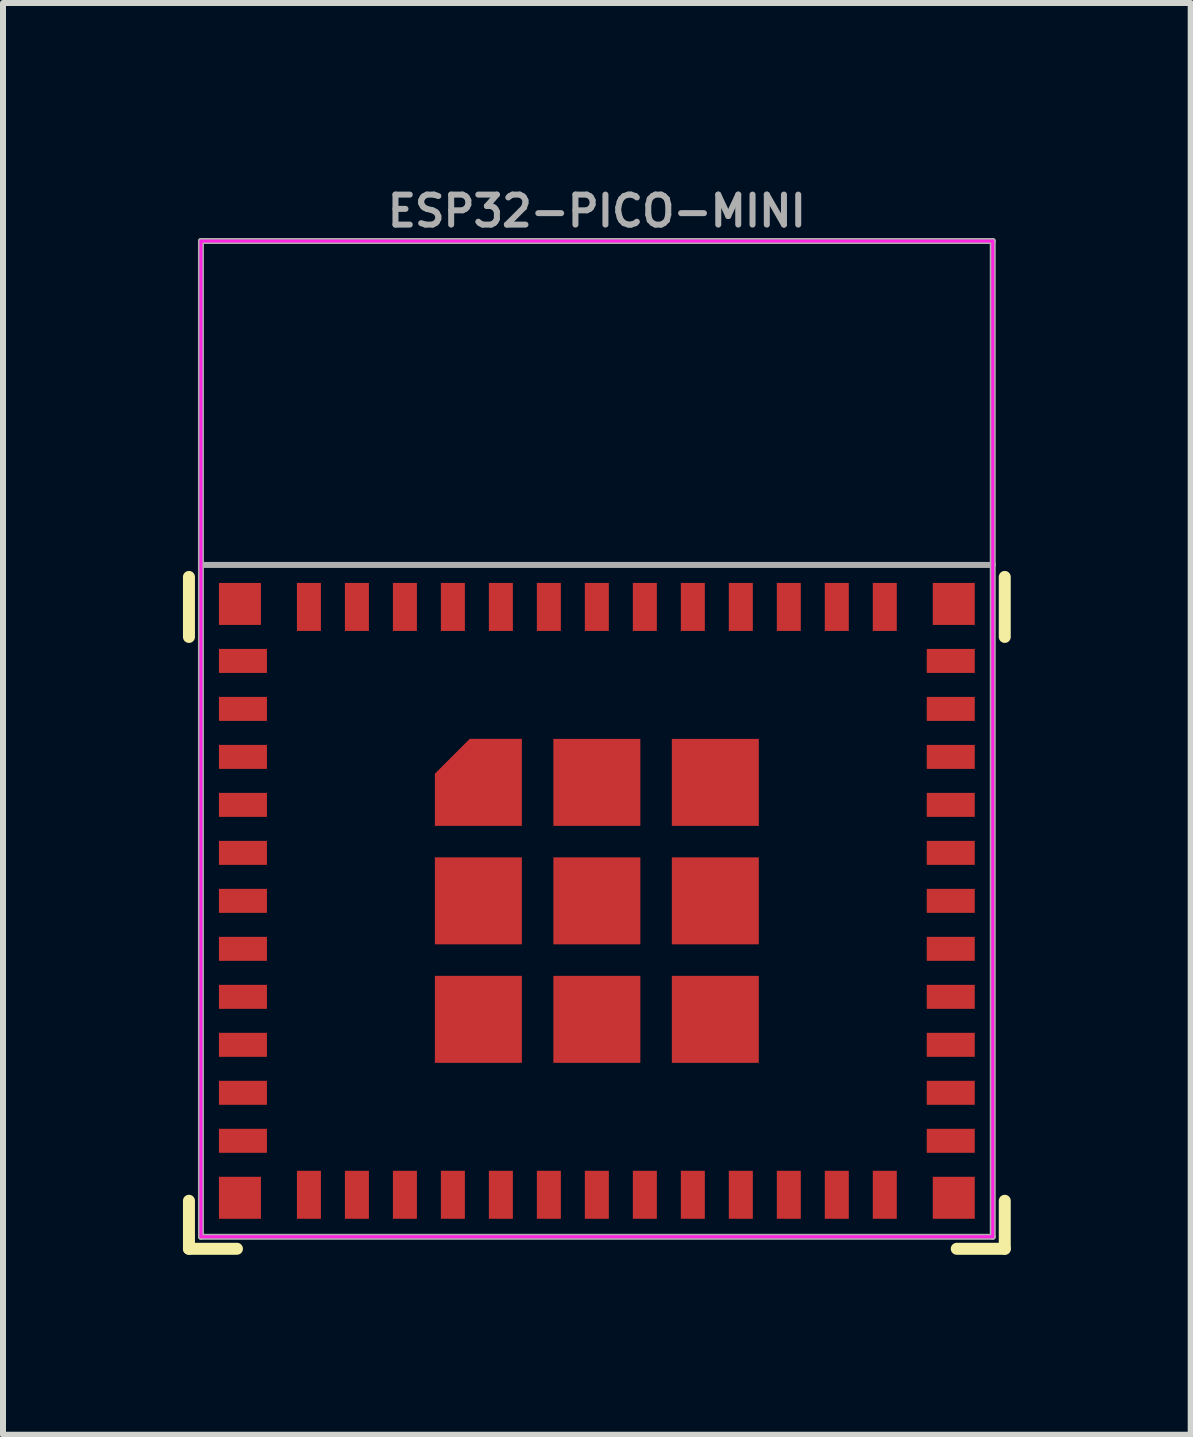
<source format=kicad_pcb>
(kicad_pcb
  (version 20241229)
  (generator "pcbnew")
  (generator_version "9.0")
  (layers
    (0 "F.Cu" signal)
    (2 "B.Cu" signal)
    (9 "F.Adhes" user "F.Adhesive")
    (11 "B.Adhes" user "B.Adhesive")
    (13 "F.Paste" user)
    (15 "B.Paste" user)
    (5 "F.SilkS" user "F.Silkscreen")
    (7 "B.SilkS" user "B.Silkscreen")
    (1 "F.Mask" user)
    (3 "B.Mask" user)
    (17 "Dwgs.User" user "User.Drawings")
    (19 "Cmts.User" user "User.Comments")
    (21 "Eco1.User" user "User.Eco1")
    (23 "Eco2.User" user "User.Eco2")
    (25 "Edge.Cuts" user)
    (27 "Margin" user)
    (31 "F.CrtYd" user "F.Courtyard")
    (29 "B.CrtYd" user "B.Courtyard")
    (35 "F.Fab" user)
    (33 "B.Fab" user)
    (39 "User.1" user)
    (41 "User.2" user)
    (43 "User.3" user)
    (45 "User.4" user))
  (footprint "ESP32-PICO-MINI"
    (layer "F.Cu")
    (at 6.9 11.968)
    (property "Reference" "ESP32-PICO-MINI" (at 0 -11.5 0) (layer "F.Fab") (effects (font (size 0.5 0.5) (thickness 0.1))))
    (attr smd)
    (fp_line (start -6.8 -4.4) (end -6.8 -5.4) (stroke (width 0.2) (type solid)) (layer "F.SilkS"))
    (fp_line (start -6.8 5.8) (end -6.8 5) (stroke (width 0.2) (type solid)) (layer "F.SilkS"))
    (fp_line (start -6 5.8) (end -6.8 5.8) (stroke (width 0.2) (type solid)) (layer "F.SilkS"))
    (fp_line (start 6 5.8) (end 6.8 5.8) (stroke (width 0.2) (type solid)) (layer "F.SilkS"))
    (fp_line (start 6.8 -4.4) (end 6.8 -5.4) (stroke (width 0.2) (type solid)) (layer "F.SilkS"))
    (fp_line (start 6.8 5.8) (end 6.8 5) (stroke (width 0.2) (type solid)) (layer "F.SilkS"))
    (fp_poly (pts (xy -2.4 -1.6) (xy -1.6 -1.6) (xy -1.6 -2.4) (xy -2.4 -2.4)) (stroke (width 0) (type default)) (fill yes) (layer "F.Paste"))
    (fp_poly (pts (xy -2.4 0.4) (xy -1.6 0.4) (xy -1.6 -0.4) (xy -2.4 -0.4)) (stroke (width 0) (type default)) (fill yes) (layer "F.Paste"))
    (fp_poly (pts (xy -2.4 2.4) (xy -1.6 2.4) (xy -1.6 1.6) (xy -2.4 1.6)) (stroke (width 0) (type default)) (fill yes) (layer "F.Paste"))
    (fp_poly (pts (xy -0.4 -1.6) (xy 0.4 -1.6) (xy 0.4 -2.4) (xy -0.4 -2.4)) (stroke (width 0) (type default)) (fill yes) (layer "F.Paste"))
    (fp_poly (pts (xy -0.4 0.4) (xy 0.4 0.4) (xy 0.4 -0.4) (xy -0.4 -0.4)) (stroke (width 0) (type default)) (fill yes) (layer "F.Paste"))
    (fp_poly (pts (xy -0.4 2.4) (xy 0.4 2.4) (xy 0.4 1.6) (xy -0.4 1.6)) (stroke (width 0) (type default)) (fill yes) (layer "F.Paste"))
    (fp_poly (pts (xy 1.6 -1.6) (xy 2.4 -1.6) (xy 2.4 -2.4) (xy 1.6 -2.4)) (stroke (width 0) (type default)) (fill yes) (layer "F.Paste"))
    (fp_poly (pts (xy 1.6 0.4) (xy 2.4 0.4) (xy 2.4 -0.4) (xy 1.6 -0.4)) (stroke (width 0) (type default)) (fill yes) (layer "F.Paste"))
    (fp_poly (pts (xy 1.6 2.4) (xy 2.4 2.4) (xy 2.4 1.6) (xy 1.6 1.6)) (stroke (width 0) (type default)) (fill yes) (layer "F.Paste"))
    (fp_poly (pts (xy -6.6 5.6) (xy 6.6 5.6) (xy 6.6 -11) (xy -6.6 -11)) (stroke (width 0.05) (type solid)) (fill no) (layer "F.CrtYd"))
    (fp_line (start -6.6 -11) (end -6.6 -5.6) (stroke (width 0.1) (type solid)) (layer "F.Fab"))
    (fp_line (start -6.6 -5.6) (end -6.6 5.6) (stroke (width 0.1) (type solid)) (layer "F.Fab"))
    (fp_line (start -6.6 -5.6) (end 6.6 -5.6) (stroke (width 0.1) (type solid)) (layer "F.Fab"))
    (fp_line (start -6.6 5.6) (end 6.6 5.6) (stroke (width 0.1) (type solid)) (layer "F.Fab"))
    (fp_line (start 6.6 -11) (end -6.6 -11) (stroke (width 0.1) (type solid)) (layer "F.Fab"))
    (fp_line (start 6.6 -5.6) (end 6.6 -11) (stroke (width 0.1) (type solid)) (layer "F.Fab"))
    (fp_line (start 6.6 5.6) (end 6.6 -5.6) (stroke (width 0.1) (type solid)) (layer "F.Fab"))
    (pad "1" smd rect (at -5.9 -4 90) (size 0.4 0.8) (layers "F.Cu" "F.Mask" "F.Paste"))
    (pad "2" smd rect (at -5.9 -3.2 90) (size 0.4 0.8) (layers "F.Cu" "F.Mask" "F.Paste"))
    (pad "3" smd rect (at -5.9 -2.4 90) (size 0.4 0.8) (layers "F.Cu" "F.Mask" "F.Paste"))
    (pad "4" smd rect (at -5.9 -1.6 90) (size 0.4 0.8) (layers "F.Cu" "F.Mask" "F.Paste"))
    (pad "5" smd rect (at -5.9 -0.8 90) (size 0.4 0.8) (layers "F.Cu" "F.Mask" "F.Paste"))
    (pad "6" smd rect (at -5.9 0 90) (size 0.4 0.8) (layers "F.Cu" "F.Mask" "F.Paste"))
    (pad "7" smd rect (at -5.9 0.8 90) (size 0.4 0.8) (layers "F.Cu" "F.Mask" "F.Paste"))
    (pad "8" smd rect (at -5.9 1.6 90) (size 0.4 0.8) (layers "F.Cu" "F.Mask" "F.Paste"))
    (pad "9" smd rect (at -5.9 2.4 90) (size 0.4 0.8) (layers "F.Cu" "F.Mask" "F.Paste"))
    (pad "10" smd rect (at -5.9 3.2 90) (size 0.4 0.8) (layers "F.Cu" "F.Mask" "F.Paste"))
    (pad "11" smd rect (at -5.9 4 90) (size 0.4 0.8) (layers "F.Cu" "F.Mask" "F.Paste"))
    (pad "12" smd rect (at -4.8 4.9) (size 0.4 0.8) (layers "F.Cu" "F.Mask" "F.Paste"))
    (pad "13" smd rect (at -4 4.9) (size 0.4 0.8) (layers "F.Cu" "F.Mask" "F.Paste"))
    (pad "14" smd rect (at -3.2 4.9) (size 0.4 0.8) (layers "F.Cu" "F.Mask" "F.Paste"))
    (pad "15" smd rect (at -2.4 4.9) (size 0.4 0.8) (layers "F.Cu" "F.Mask" "F.Paste"))
    (pad "16" smd rect (at -1.6 4.9) (size 0.4 0.8) (layers "F.Cu" "F.Mask" "F.Paste"))
    (pad "17" smd rect (at -0.8 4.9) (size 0.4 0.8) (layers "F.Cu" "F.Mask" "F.Paste"))
    (pad "18" smd rect (at 0 4.9) (size 0.4 0.8) (layers "F.Cu" "F.Mask" "F.Paste"))
    (pad "19" smd rect (at 0.8 4.9) (size 0.4 0.8) (layers "F.Cu" "F.Mask" "F.Paste"))
    (pad "20" smd rect (at 1.6 4.9) (size 0.4 0.8) (layers "F.Cu" "F.Mask" "F.Paste"))
    (pad "21" smd rect (at 2.4 4.9) (size 0.4 0.8) (layers "F.Cu" "F.Mask" "F.Paste"))
    (pad "22" smd rect (at 3.2 4.9) (size 0.4 0.8) (layers "F.Cu" "F.Mask" "F.Paste"))
    (pad "23" smd rect (at 4 4.9) (size 0.4 0.8) (layers "F.Cu" "F.Mask" "F.Paste"))
    (pad "24" smd rect (at 4.8 4.9) (size 0.4 0.8) (layers "F.Cu" "F.Mask" "F.Paste"))
    (pad "25" smd rect (at 5.9 4 90) (size 0.4 0.8) (layers "F.Cu" "F.Mask" "F.Paste"))
    (pad "26" smd rect (at 5.9 3.2 90) (size 0.4 0.8) (layers "F.Cu" "F.Mask" "F.Paste"))
    (pad "27" smd rect (at 5.9 2.4 90) (size 0.4 0.8) (layers "F.Cu" "F.Mask" "F.Paste"))
    (pad "28" smd rect (at 5.9 1.6 90) (size 0.4 0.8) (layers "F.Cu" "F.Mask" "F.Paste"))
    (pad "29" smd rect (at 5.9 0.8 90) (size 0.4 0.8) (layers "F.Cu" "F.Mask" "F.Paste"))
    (pad "30" smd rect (at 5.9 0 90) (size 0.4 0.8) (layers "F.Cu" "F.Mask" "F.Paste"))
    (pad "31" smd rect (at 5.9 -0.8 90) (size 0.4 0.8) (layers "F.Cu" "F.Mask" "F.Paste"))
    (pad "32" smd rect (at 5.9 -1.6 90) (size 0.4 0.8) (layers "F.Cu" "F.Mask" "F.Paste"))
    (pad "33" smd rect (at 5.9 -2.4 90) (size 0.4 0.8) (layers "F.Cu" "F.Mask" "F.Paste"))
    (pad "34" smd rect (at 5.9 -3.2 90) (size 0.4 0.8) (layers "F.Cu" "F.Mask" "F.Paste"))
    (pad "35" smd rect (at 5.9 -4 90) (size 0.4 0.8) (layers "F.Cu" "F.Mask" "F.Paste"))
    (pad "36" smd rect (at 4.8 -4.9) (size 0.4 0.8) (layers "F.Cu" "F.Mask" "F.Paste"))
    (pad "37" smd rect (at 4 -4.9) (size 0.4 0.8) (layers "F.Cu" "F.Mask" "F.Paste"))
    (pad "38" smd rect (at 3.2 -4.9) (size 0.4 0.8) (layers "F.Cu" "F.Mask" "F.Paste"))
    (pad "39" smd rect (at 2.4 -4.9) (size 0.4 0.8) (layers "F.Cu" "F.Mask" "F.Paste"))
    (pad "40" smd rect (at 1.6 -4.9) (size 0.4 0.8) (layers "F.Cu" "F.Mask" "F.Paste"))
    (pad "41" smd rect (at 0.8 -4.9) (size 0.4 0.8) (layers "F.Cu" "F.Mask" "F.Paste"))
    (pad "42" smd rect (at 0 -4.9) (size 0.4 0.8) (layers "F.Cu" "F.Mask" "F.Paste"))
    (pad "43" smd rect (at -0.8 -4.9) (size 0.4 0.8) (layers "F.Cu" "F.Mask" "F.Paste"))
    (pad "44" smd rect (at -1.6 -4.9) (size 0.4 0.8) (layers "F.Cu" "F.Mask" "F.Paste"))
    (pad "45" smd rect (at -2.4 -4.9) (size 0.4 0.8) (layers "F.Cu" "F.Mask" "F.Paste"))
    (pad "46" smd rect (at -3.2 -4.9) (size 0.4 0.8) (layers "F.Cu" "F.Mask" "F.Paste"))
    (pad "47" smd rect (at -4 -4.9) (size 0.4 0.8) (layers "F.Cu" "F.Mask" "F.Paste"))
    (pad "48" smd rect (at -4.8 -4.9) (size 0.4 0.8) (layers "F.Cu" "F.Mask" "F.Paste"))
    (pad "49.1" smd roundrect (at -1.975 -1.975) (size 1.45 1.45) (layers "F.Cu" "F.Mask") (roundrect_rratio 0) (chamfer_ratio 0.4) (chamfer top_left))
    (pad "49.2" smd rect (at -1.975 0) (size 1.45 1.45) (layers "F.Cu" "F.Mask"))
    (pad "49.3" smd rect (at -1.975 1.975) (size 1.45 1.45) (layers "F.Cu" "F.Mask"))
    (pad "49.4" smd rect (at 0 1.975) (size 1.45 1.45) (layers "F.Cu" "F.Mask"))
    (pad "49.5" smd rect (at 1.975 1.975) (size 1.45 1.45) (layers "F.Cu" "F.Mask"))
    (pad "49.6" smd rect (at 1.975 0) (size 1.45 1.45) (layers "F.Cu" "F.Mask"))
    (pad "49.7" smd rect (at 1.975 -1.975) (size 1.45 1.45) (layers "F.Cu" "F.Mask"))
    (pad "49.8" smd rect (at 0 -1.975) (size 1.45 1.45) (layers "F.Cu" "F.Mask"))
    (pad "49.9" smd rect (at 0 0) (size 1.45 1.45) (layers "F.Cu" "F.Mask"))
    (pad "50" smd rect (at 5.95 -4.95) (size 0.7 0.7) (layers "F.Cu" "F.Mask" "F.Paste"))
    (pad "51" smd rect (at 5.95 4.95) (size 0.7 0.7) (layers "F.Cu" "F.Mask" "F.Paste"))
    (pad "52" smd rect (at -5.95 4.95) (size 0.7 0.7) (layers "F.Cu" "F.Mask" "F.Paste"))
    (pad "53" smd rect (at -5.95 -4.95) (size 0.7 0.7) (layers "F.Cu" "F.Mask" "F.Paste"))
    (zone (net_name "") (layer "F.Cu") (hatch edge 0.5) (connect_pads) (min_thickness 0.25) (filled_areas_thickness no) (keepout (tracks not_allowed) (vias not_allowed) (pads not_allowed) (copperpour not_allowed) (footprints allowed)) (placement (enabled no)) (fill) (polygon (pts (xy 0.3 6.368) (xy 13.5 6.368) (xy 13.5 0.968) (xy 0.3 0.968))))
    (zone (net_name "") (layer "B.Cu") (hatch edge 0.5) (connect_pads) (min_thickness 0.25) (filled_areas_thickness no) (keepout (tracks not_allowed) (vias not_allowed) (pads not_allowed) (copperpour not_allowed) (footprints allowed)) (placement (enabled no)) (fill) (polygon (pts (xy 13.5 0.968) (xy 0.3 0.968) (xy 0.3 6.368) (xy 13.5 6.368)))))
  (gr_rect
    (start -3 -3)
    (end 16.8 20.868)
    (stroke (width 0.1) (type default))
    (fill no)
    (layer "Edge.Cuts")))
</source>
